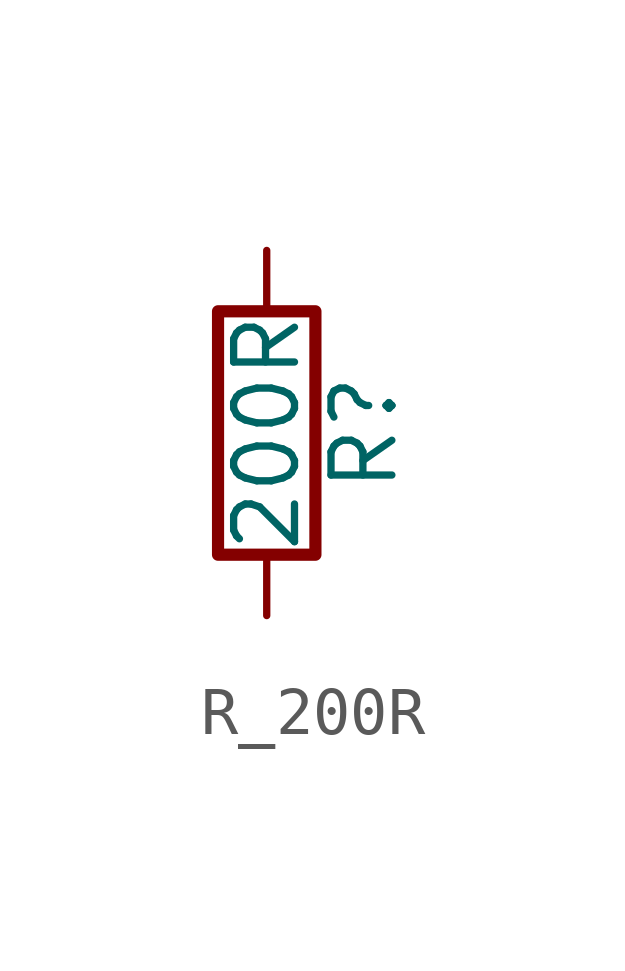
<source format=kicad_sym>
(kicad_symbol_lib
  (version 20231120)
  (generator "kicad_symbol_editor")
  (generator_version "8.0")
  (symbol "R_200R"
    (pin_numbers hide)
    (pin_names
      (offset 0))
    (property "Reference" "R"
      (at 2.032 0 90)
      (effects (font (size 1.27 1.27))))
    (property "Value" "200R"
      (at 0 0 90)
      (effects (font (size 1.27 1.27))))
    (symbol "R_200R_0_1"
      (rectangle (start -1.016 -2.54) (end 1.016 2.54) (stroke (width 0.254) (type default)) (fill (type none))))
    (symbol "R_200R_1_1"
      (pin passive line (at 0 3.81 270) (length 1.27) (name "~" (effects (font (size 1.27 1.27)))) (number "1" (effects (font (size 1.27 1.27)))))
      (pin passive line (at 0 -3.81 90) (length 1.27) (name "~" (effects (font (size 1.27 1.27)))) (number "2" (effects (font (size 1.27 1.27))))))))
</source>
